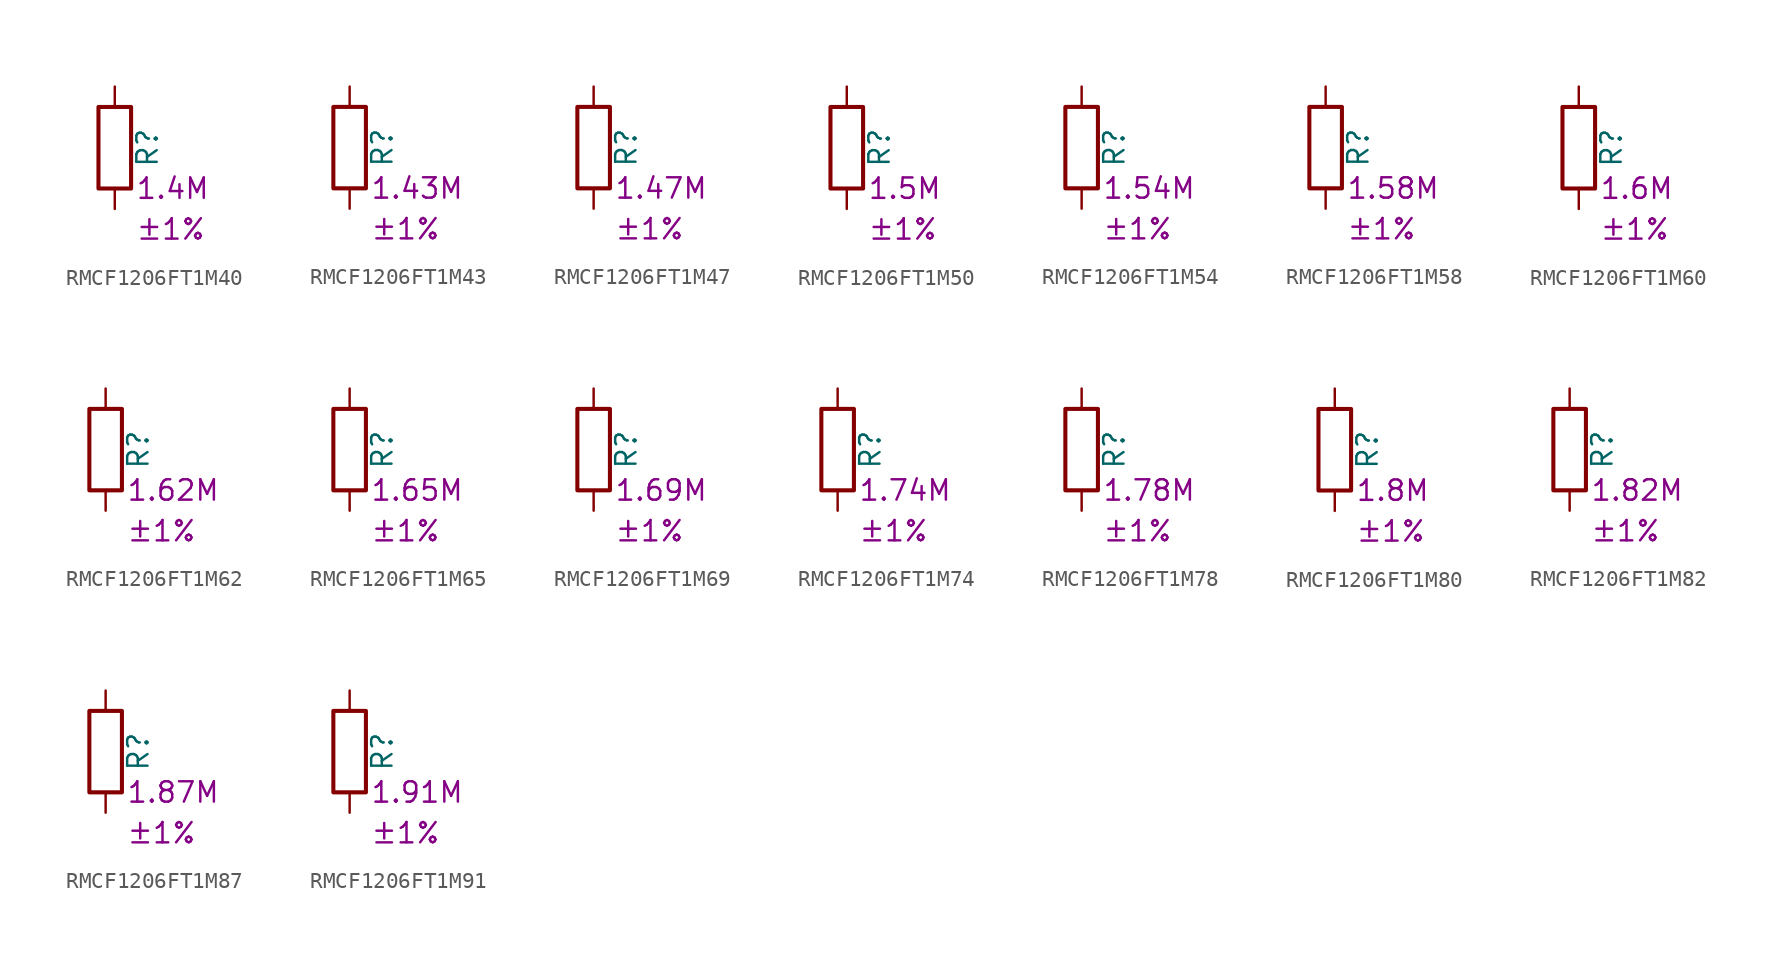
<source format=kicad_sym>
(kicad_symbol_lib
  (version 20220914)
  (generator kicad_symbol_editor)
  (symbol "RMCF1206FT1M40"
    (pin_numbers hide)
    (pin_names
      (offset 0))
    (property "Reference" "R"
      (at 2.032 0 90)
      (effects (font (size 1.27 1.27))))
    (property "Resistance" "1.4M"
      (at 1.27 -2.54 0)
      (effects (font (size 1.27 1.27)) (justify left)))
    (property "Tolerance" "±1%"
      (at 1.27 -5.08 0)
      (effects (font (size 1.27 1.27)) (justify left)))
    (symbol "RMCF1206FT1M40_0_1"
      (rectangle (start -1.016 -2.54) (end 1.016 2.54) (stroke (width 0.254) (type default)) (fill (type none))))
    (symbol "RMCF1206FT1M40_1_1"
      (pin passive line (at 0 3.81 270) (length 1.27) (name "~" (effects (font (size 1.27 1.27)))) (number "1" (effects (font (size 1.27 1.27)))))
      (pin passive line (at 0 -3.81 90) (length 1.27) (name "~" (effects (font (size 1.27 1.27)))) (number "2" (effects (font (size 1.27 1.27)))))))
  (symbol "RMCF1206FT1M43"
    (pin_numbers hide)
    (pin_names
      (offset 0))
    (property "Reference" "R"
      (at 2.032 0 90)
      (effects (font (size 1.27 1.27))))
    (property "Resistance" "1.43M"
      (at 1.27 -2.54 0)
      (effects (font (size 1.27 1.27)) (justify left)))
    (property "Tolerance" "±1%"
      (at 1.27 -5.08 0)
      (effects (font (size 1.27 1.27)) (justify left)))
    (symbol "RMCF1206FT1M43_0_1"
      (rectangle (start -1.016 -2.54) (end 1.016 2.54) (stroke (width 0.254) (type default)) (fill (type none))))
    (symbol "RMCF1206FT1M43_1_1"
      (pin passive line (at 0 3.81 270) (length 1.27) (name "~" (effects (font (size 1.27 1.27)))) (number "1" (effects (font (size 1.27 1.27)))))
      (pin passive line (at 0 -3.81 90) (length 1.27) (name "~" (effects (font (size 1.27 1.27)))) (number "2" (effects (font (size 1.27 1.27)))))))
  (symbol "RMCF1206FT1M47"
    (pin_numbers hide)
    (pin_names
      (offset 0))
    (property "Reference" "R"
      (at 2.032 0 90)
      (effects (font (size 1.27 1.27))))
    (property "Resistance" "1.47M"
      (at 1.27 -2.54 0)
      (effects (font (size 1.27 1.27)) (justify left)))
    (property "Tolerance" "±1%"
      (at 1.27 -5.08 0)
      (effects (font (size 1.27 1.27)) (justify left)))
    (symbol "RMCF1206FT1M47_0_1"
      (rectangle (start -1.016 -2.54) (end 1.016 2.54) (stroke (width 0.254) (type default)) (fill (type none))))
    (symbol "RMCF1206FT1M47_1_1"
      (pin passive line (at 0 3.81 270) (length 1.27) (name "~" (effects (font (size 1.27 1.27)))) (number "1" (effects (font (size 1.27 1.27)))))
      (pin passive line (at 0 -3.81 90) (length 1.27) (name "~" (effects (font (size 1.27 1.27)))) (number "2" (effects (font (size 1.27 1.27)))))))
  (symbol "RMCF1206FT1M50"
    (pin_numbers hide)
    (pin_names
      (offset 0))
    (property "Reference" "R"
      (at 2.032 0 90)
      (effects (font (size 1.27 1.27))))
    (property "Resistance" "1.5M"
      (at 1.27 -2.54 0)
      (effects (font (size 1.27 1.27)) (justify left)))
    (property "Tolerance" "±1%"
      (at 1.27 -5.08 0)
      (effects (font (size 1.27 1.27)) (justify left)))
    (symbol "RMCF1206FT1M50_0_1"
      (rectangle (start -1.016 -2.54) (end 1.016 2.54) (stroke (width 0.254) (type default)) (fill (type none))))
    (symbol "RMCF1206FT1M50_1_1"
      (pin passive line (at 0 3.81 270) (length 1.27) (name "~" (effects (font (size 1.27 1.27)))) (number "1" (effects (font (size 1.27 1.27)))))
      (pin passive line (at 0 -3.81 90) (length 1.27) (name "~" (effects (font (size 1.27 1.27)))) (number "2" (effects (font (size 1.27 1.27)))))))
  (symbol "RMCF1206FT1M54"
    (pin_numbers hide)
    (pin_names
      (offset 0))
    (property "Reference" "R"
      (at 2.032 0 90)
      (effects (font (size 1.27 1.27))))
    (property "Resistance" "1.54M"
      (at 1.27 -2.54 0)
      (effects (font (size 1.27 1.27)) (justify left)))
    (property "Tolerance" "±1%"
      (at 1.27 -5.08 0)
      (effects (font (size 1.27 1.27)) (justify left)))
    (symbol "RMCF1206FT1M54_0_1"
      (rectangle (start -1.016 -2.54) (end 1.016 2.54) (stroke (width 0.254) (type default)) (fill (type none))))
    (symbol "RMCF1206FT1M54_1_1"
      (pin passive line (at 0 3.81 270) (length 1.27) (name "~" (effects (font (size 1.27 1.27)))) (number "1" (effects (font (size 1.27 1.27)))))
      (pin passive line (at 0 -3.81 90) (length 1.27) (name "~" (effects (font (size 1.27 1.27)))) (number "2" (effects (font (size 1.27 1.27)))))))
  (symbol "RMCF1206FT1M58"
    (pin_numbers hide)
    (pin_names
      (offset 0))
    (property "Reference" "R"
      (at 2.032 0 90)
      (effects (font (size 1.27 1.27))))
    (property "Resistance" "1.58M"
      (at 1.27 -2.54 0)
      (effects (font (size 1.27 1.27)) (justify left)))
    (property "Tolerance" "±1%"
      (at 1.27 -5.08 0)
      (effects (font (size 1.27 1.27)) (justify left)))
    (symbol "RMCF1206FT1M58_0_1"
      (rectangle (start -1.016 -2.54) (end 1.016 2.54) (stroke (width 0.254) (type default)) (fill (type none))))
    (symbol "RMCF1206FT1M58_1_1"
      (pin passive line (at 0 3.81 270) (length 1.27) (name "~" (effects (font (size 1.27 1.27)))) (number "1" (effects (font (size 1.27 1.27)))))
      (pin passive line (at 0 -3.81 90) (length 1.27) (name "~" (effects (font (size 1.27 1.27)))) (number "2" (effects (font (size 1.27 1.27)))))))
  (symbol "RMCF1206FT1M60"
    (pin_numbers hide)
    (pin_names
      (offset 0))
    (property "Reference" "R"
      (at 2.032 0 90)
      (effects (font (size 1.27 1.27))))
    (property "Resistance" "1.6M"
      (at 1.27 -2.54 0)
      (effects (font (size 1.27 1.27)) (justify left)))
    (property "Tolerance" "±1%"
      (at 1.27 -5.08 0)
      (effects (font (size 1.27 1.27)) (justify left)))
    (symbol "RMCF1206FT1M60_0_1"
      (rectangle (start -1.016 -2.54) (end 1.016 2.54) (stroke (width 0.254) (type default)) (fill (type none))))
    (symbol "RMCF1206FT1M60_1_1"
      (pin passive line (at 0 3.81 270) (length 1.27) (name "~" (effects (font (size 1.27 1.27)))) (number "1" (effects (font (size 1.27 1.27)))))
      (pin passive line (at 0 -3.81 90) (length 1.27) (name "~" (effects (font (size 1.27 1.27)))) (number "2" (effects (font (size 1.27 1.27)))))))
  (symbol "RMCF1206FT1M62"
    (pin_numbers hide)
    (pin_names
      (offset 0))
    (property "Reference" "R"
      (at 2.032 0 90)
      (effects (font (size 1.27 1.27))))
    (property "Resistance" "1.62M"
      (at 1.27 -2.54 0)
      (effects (font (size 1.27 1.27)) (justify left)))
    (property "Tolerance" "±1%"
      (at 1.27 -5.08 0)
      (effects (font (size 1.27 1.27)) (justify left)))
    (symbol "RMCF1206FT1M62_0_1"
      (rectangle (start -1.016 -2.54) (end 1.016 2.54) (stroke (width 0.254) (type default)) (fill (type none))))
    (symbol "RMCF1206FT1M62_1_1"
      (pin passive line (at 0 3.81 270) (length 1.27) (name "~" (effects (font (size 1.27 1.27)))) (number "1" (effects (font (size 1.27 1.27)))))
      (pin passive line (at 0 -3.81 90) (length 1.27) (name "~" (effects (font (size 1.27 1.27)))) (number "2" (effects (font (size 1.27 1.27)))))))
  (symbol "RMCF1206FT1M65"
    (pin_numbers hide)
    (pin_names
      (offset 0))
    (property "Reference" "R"
      (at 2.032 0 90)
      (effects (font (size 1.27 1.27))))
    (property "Resistance" "1.65M"
      (at 1.27 -2.54 0)
      (effects (font (size 1.27 1.27)) (justify left)))
    (property "Tolerance" "±1%"
      (at 1.27 -5.08 0)
      (effects (font (size 1.27 1.27)) (justify left)))
    (symbol "RMCF1206FT1M65_0_1"
      (rectangle (start -1.016 -2.54) (end 1.016 2.54) (stroke (width 0.254) (type default)) (fill (type none))))
    (symbol "RMCF1206FT1M65_1_1"
      (pin passive line (at 0 3.81 270) (length 1.27) (name "~" (effects (font (size 1.27 1.27)))) (number "1" (effects (font (size 1.27 1.27)))))
      (pin passive line (at 0 -3.81 90) (length 1.27) (name "~" (effects (font (size 1.27 1.27)))) (number "2" (effects (font (size 1.27 1.27)))))))
  (symbol "RMCF1206FT1M69"
    (pin_numbers hide)
    (pin_names
      (offset 0))
    (property "Reference" "R"
      (at 2.032 0 90)
      (effects (font (size 1.27 1.27))))
    (property "Resistance" "1.69M"
      (at 1.27 -2.54 0)
      (effects (font (size 1.27 1.27)) (justify left)))
    (property "Tolerance" "±1%"
      (at 1.27 -5.08 0)
      (effects (font (size 1.27 1.27)) (justify left)))
    (symbol "RMCF1206FT1M69_0_1"
      (rectangle (start -1.016 -2.54) (end 1.016 2.54) (stroke (width 0.254) (type default)) (fill (type none))))
    (symbol "RMCF1206FT1M69_1_1"
      (pin passive line (at 0 3.81 270) (length 1.27) (name "~" (effects (font (size 1.27 1.27)))) (number "1" (effects (font (size 1.27 1.27)))))
      (pin passive line (at 0 -3.81 90) (length 1.27) (name "~" (effects (font (size 1.27 1.27)))) (number "2" (effects (font (size 1.27 1.27)))))))
  (symbol "RMCF1206FT1M74"
    (pin_numbers hide)
    (pin_names
      (offset 0))
    (property "Reference" "R"
      (at 2.032 0 90)
      (effects (font (size 1.27 1.27))))
    (property "Resistance" "1.74M"
      (at 1.27 -2.54 0)
      (effects (font (size 1.27 1.27)) (justify left)))
    (property "Tolerance" "±1%"
      (at 1.27 -5.08 0)
      (effects (font (size 1.27 1.27)) (justify left)))
    (symbol "RMCF1206FT1M74_0_1"
      (rectangle (start -1.016 -2.54) (end 1.016 2.54) (stroke (width 0.254) (type default)) (fill (type none))))
    (symbol "RMCF1206FT1M74_1_1"
      (pin passive line (at 0 3.81 270) (length 1.27) (name "~" (effects (font (size 1.27 1.27)))) (number "1" (effects (font (size 1.27 1.27)))))
      (pin passive line (at 0 -3.81 90) (length 1.27) (name "~" (effects (font (size 1.27 1.27)))) (number "2" (effects (font (size 1.27 1.27)))))))
  (symbol "RMCF1206FT1M78"
    (pin_numbers hide)
    (pin_names
      (offset 0))
    (property "Reference" "R"
      (at 2.032 0 90)
      (effects (font (size 1.27 1.27))))
    (property "Resistance" "1.78M"
      (at 1.27 -2.54 0)
      (effects (font (size 1.27 1.27)) (justify left)))
    (property "Tolerance" "±1%"
      (at 1.27 -5.08 0)
      (effects (font (size 1.27 1.27)) (justify left)))
    (symbol "RMCF1206FT1M78_0_1"
      (rectangle (start -1.016 -2.54) (end 1.016 2.54) (stroke (width 0.254) (type default)) (fill (type none))))
    (symbol "RMCF1206FT1M78_1_1"
      (pin passive line (at 0 3.81 270) (length 1.27) (name "~" (effects (font (size 1.27 1.27)))) (number "1" (effects (font (size 1.27 1.27)))))
      (pin passive line (at 0 -3.81 90) (length 1.27) (name "~" (effects (font (size 1.27 1.27)))) (number "2" (effects (font (size 1.27 1.27)))))))
  (symbol "RMCF1206FT1M80"
    (pin_numbers hide)
    (pin_names
      (offset 0))
    (property "Reference" "R"
      (at 2.032 0 90)
      (effects (font (size 1.27 1.27))))
    (property "Resistance" "1.8M"
      (at 1.27 -2.54 0)
      (effects (font (size 1.27 1.27)) (justify left)))
    (property "Tolerance" "±1%"
      (at 1.27 -5.08 0)
      (effects (font (size 1.27 1.27)) (justify left)))
    (symbol "RMCF1206FT1M80_0_1"
      (rectangle (start -1.016 -2.54) (end 1.016 2.54) (stroke (width 0.254) (type default)) (fill (type none))))
    (symbol "RMCF1206FT1M80_1_1"
      (pin passive line (at 0 3.81 270) (length 1.27) (name "~" (effects (font (size 1.27 1.27)))) (number "1" (effects (font (size 1.27 1.27)))))
      (pin passive line (at 0 -3.81 90) (length 1.27) (name "~" (effects (font (size 1.27 1.27)))) (number "2" (effects (font (size 1.27 1.27)))))))
  (symbol "RMCF1206FT1M82"
    (pin_numbers hide)
    (pin_names
      (offset 0))
    (property "Reference" "R"
      (at 2.032 0 90)
      (effects (font (size 1.27 1.27))))
    (property "Resistance" "1.82M"
      (at 1.27 -2.54 0)
      (effects (font (size 1.27 1.27)) (justify left)))
    (property "Tolerance" "±1%"
      (at 1.27 -5.08 0)
      (effects (font (size 1.27 1.27)) (justify left)))
    (symbol "RMCF1206FT1M82_0_1"
      (rectangle (start -1.016 -2.54) (end 1.016 2.54) (stroke (width 0.254) (type default)) (fill (type none))))
    (symbol "RMCF1206FT1M82_1_1"
      (pin passive line (at 0 3.81 270) (length 1.27) (name "~" (effects (font (size 1.27 1.27)))) (number "1" (effects (font (size 1.27 1.27)))))
      (pin passive line (at 0 -3.81 90) (length 1.27) (name "~" (effects (font (size 1.27 1.27)))) (number "2" (effects (font (size 1.27 1.27)))))))
  (symbol "RMCF1206FT1M87"
    (pin_numbers hide)
    (pin_names
      (offset 0))
    (property "Reference" "R"
      (at 2.032 0 90)
      (effects (font (size 1.27 1.27))))
    (property "Resistance" "1.87M"
      (at 1.27 -2.54 0)
      (effects (font (size 1.27 1.27)) (justify left)))
    (property "Tolerance" "±1%"
      (at 1.27 -5.08 0)
      (effects (font (size 1.27 1.27)) (justify left)))
    (symbol "RMCF1206FT1M87_0_1"
      (rectangle (start -1.016 -2.54) (end 1.016 2.54) (stroke (width 0.254) (type default)) (fill (type none))))
    (symbol "RMCF1206FT1M87_1_1"
      (pin passive line (at 0 3.81 270) (length 1.27) (name "~" (effects (font (size 1.27 1.27)))) (number "1" (effects (font (size 1.27 1.27)))))
      (pin passive line (at 0 -3.81 90) (length 1.27) (name "~" (effects (font (size 1.27 1.27)))) (number "2" (effects (font (size 1.27 1.27)))))))
  (symbol "RMCF1206FT1M91"
    (pin_numbers hide)
    (pin_names
      (offset 0))
    (property "Reference" "R"
      (at 2.032 0 90)
      (effects (font (size 1.27 1.27))))
    (property "Resistance" "1.91M"
      (at 1.27 -2.54 0)
      (effects (font (size 1.27 1.27)) (justify left)))
    (property "Tolerance" "±1%"
      (at 1.27 -5.08 0)
      (effects (font (size 1.27 1.27)) (justify left)))
    (symbol "RMCF1206FT1M91_0_1"
      (rectangle (start -1.016 -2.54) (end 1.016 2.54) (stroke (width 0.254) (type default)) (fill (type none))))
    (symbol "RMCF1206FT1M91_1_1"
      (pin passive line (at 0 3.81 270) (length 1.27) (name "~" (effects (font (size 1.27 1.27)))) (number "1" (effects (font (size 1.27 1.27)))))
      (pin passive line (at 0 -3.81 90) (length 1.27) (name "~" (effects (font (size 1.27 1.27)))) (number "2" (effects (font (size 1.27 1.27))))))))
</source>
